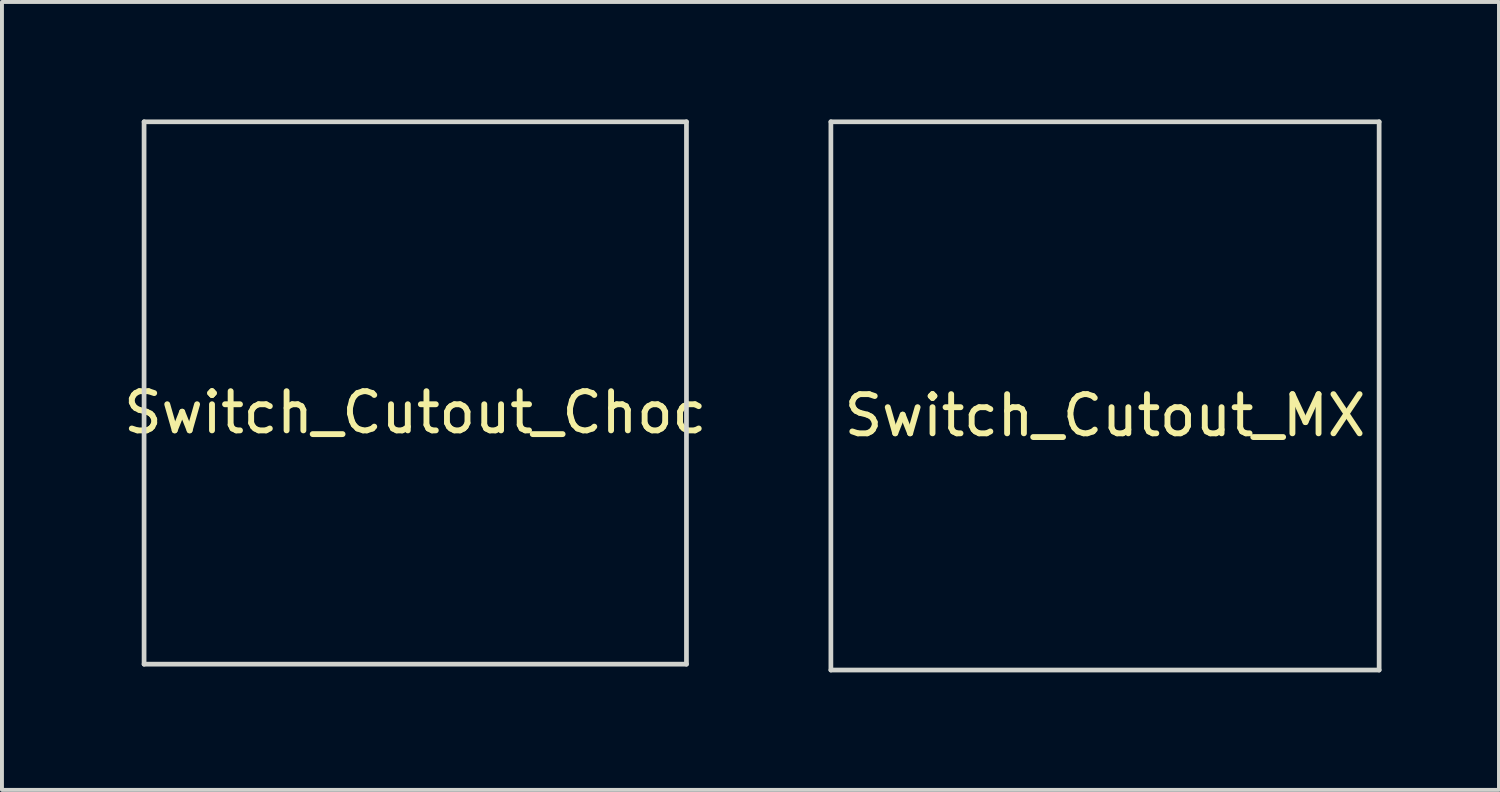
<source format=kicad_pcb>
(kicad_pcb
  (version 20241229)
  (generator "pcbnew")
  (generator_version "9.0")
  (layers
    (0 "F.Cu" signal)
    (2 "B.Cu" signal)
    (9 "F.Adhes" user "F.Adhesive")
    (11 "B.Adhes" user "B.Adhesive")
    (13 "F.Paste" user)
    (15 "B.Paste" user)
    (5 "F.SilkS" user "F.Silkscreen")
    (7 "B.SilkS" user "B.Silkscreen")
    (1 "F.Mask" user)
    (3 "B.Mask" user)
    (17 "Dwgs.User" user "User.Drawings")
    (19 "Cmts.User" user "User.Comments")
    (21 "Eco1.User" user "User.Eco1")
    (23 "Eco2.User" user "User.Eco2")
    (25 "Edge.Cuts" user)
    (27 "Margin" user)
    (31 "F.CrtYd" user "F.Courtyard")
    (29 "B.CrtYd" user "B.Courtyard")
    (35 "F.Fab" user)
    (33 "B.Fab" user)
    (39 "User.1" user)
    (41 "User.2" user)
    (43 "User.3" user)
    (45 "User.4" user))
  (footprint "Switch_Cutout_MX"
    (layer "F.Cu")
    (at 25.167 7.06)
    (property "Reference" "Switch_Cutout_MX" (at 0 0.5 0) (layer "F.SilkS") (effects (font (size 1 1) (thickness 0.15))))
    (attr through_hole)
    (fp_line (start -7 -7) (end 7 -7) (stroke (width 0.12) (type solid)) (layer "Edge.Cuts"))
    (fp_line (start -7 7) (end -7 -7) (stroke (width 0.12) (type solid)) (layer "Edge.Cuts"))
    (fp_line (start 7 7) (end -7 7) (stroke (width 0.12) (type solid)) (layer "Edge.Cuts"))
    (fp_line (start 7 7) (end 7 -7) (stroke (width 0.12) (type solid)) (layer "Edge.Cuts")))
  (footprint "Switch_Cutout_Choc"
    (layer "F.Cu")
    (at 7.554 6.985)
    (property "Reference" "Switch_Cutout_Choc" (at 0 0.5 0) (layer "F.SilkS") (effects (font (size 1 1) (thickness 0.15))))
    (attr through_hole)
    (fp_line (start -6.925 -6.925) (end 6.925 -6.925) (stroke (width 0.12) (type solid)) (layer "Edge.Cuts"))
    (fp_line (start -6.925 6.925) (end -6.925 -6.925) (stroke (width 0.12) (type solid)) (layer "Edge.Cuts"))
    (fp_line (start 6.925 6.925) (end -6.925 6.925) (stroke (width 0.12) (type solid)) (layer "Edge.Cuts"))
    (fp_line (start 6.925 6.925) (end 6.925 -6.925) (stroke (width 0.12) (type solid)) (layer "Edge.Cuts")))
  (gr_rect
    (start -3 -3)
    (end 35.227 17.12)
    (stroke (width 0.1) (type default))
    (fill no)
    (layer "Edge.Cuts")))
</source>
